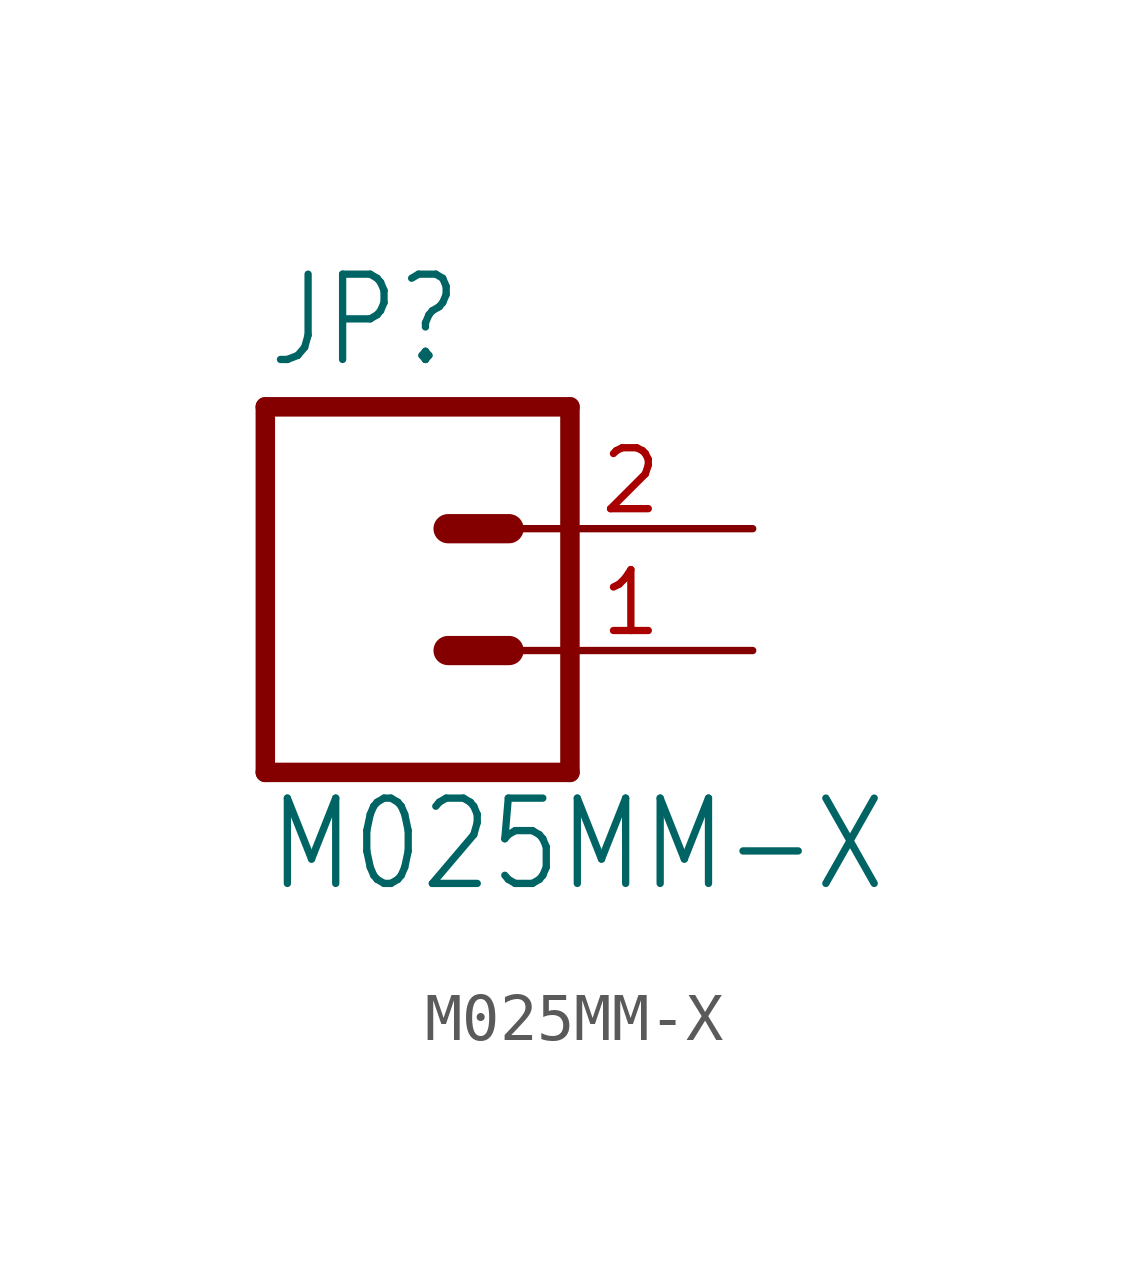
<source format=kicad_sym>
(kicad_symbol_lib
  (version 20211014)
  (generator kicad_symbol_editor)
  (symbol "M025MM-X"
    (property "Reference" "JP"
      (at -2.54 5.842 0)
      (effects (font (size 1.778 1.511)) (justify left bottom)))
    (property "Value" "M025MM-X"
      (at -2.54 -5.08 0)
      (effects (font (size 1.778 1.511)) (justify left bottom)))
    (property "ki_locked" ""
      (at 0 0 0)
      (effects (font (size 1.27 1.27))))
    (symbol "M025MM-X_1_0"
      (polyline (pts (xy -2.54 5.08) (xy -2.54 -2.54)) (stroke (width 0.406) (type default) (color 0 0 0 0)) (fill (type none)))
      (polyline (pts (xy -2.54 5.08) (xy 3.81 5.08)) (stroke (width 0.406) (type default) (color 0 0 0 0)) (fill (type none)))
      (polyline (pts (xy 1.27 0) (xy 2.54 0)) (stroke (width 0.61) (type default) (color 0 0 0 0)) (fill (type none)))
      (polyline (pts (xy 1.27 2.54) (xy 2.54 2.54)) (stroke (width 0.61) (type default) (color 0 0 0 0)) (fill (type none)))
      (polyline (pts (xy 3.81 -2.54) (xy -2.54 -2.54)) (stroke (width 0.406) (type default) (color 0 0 0 0)) (fill (type none)))
      (polyline (pts (xy 3.81 -2.54) (xy 3.81 5.08)) (stroke (width 0.406) (type default) (color 0 0 0 0)) (fill (type none)))
      (pin passive line (at 7.62 0 180) (length 5.08) (name "1" (effects (font (size 0 0)))) (number "1" (effects (font (size 1.27 1.27)))))
      (pin passive line (at 7.62 2.54 180) (length 5.08) (name "2" (effects (font (size 0 0)))) (number "2" (effects (font (size 1.27 1.27))))))))
</source>
